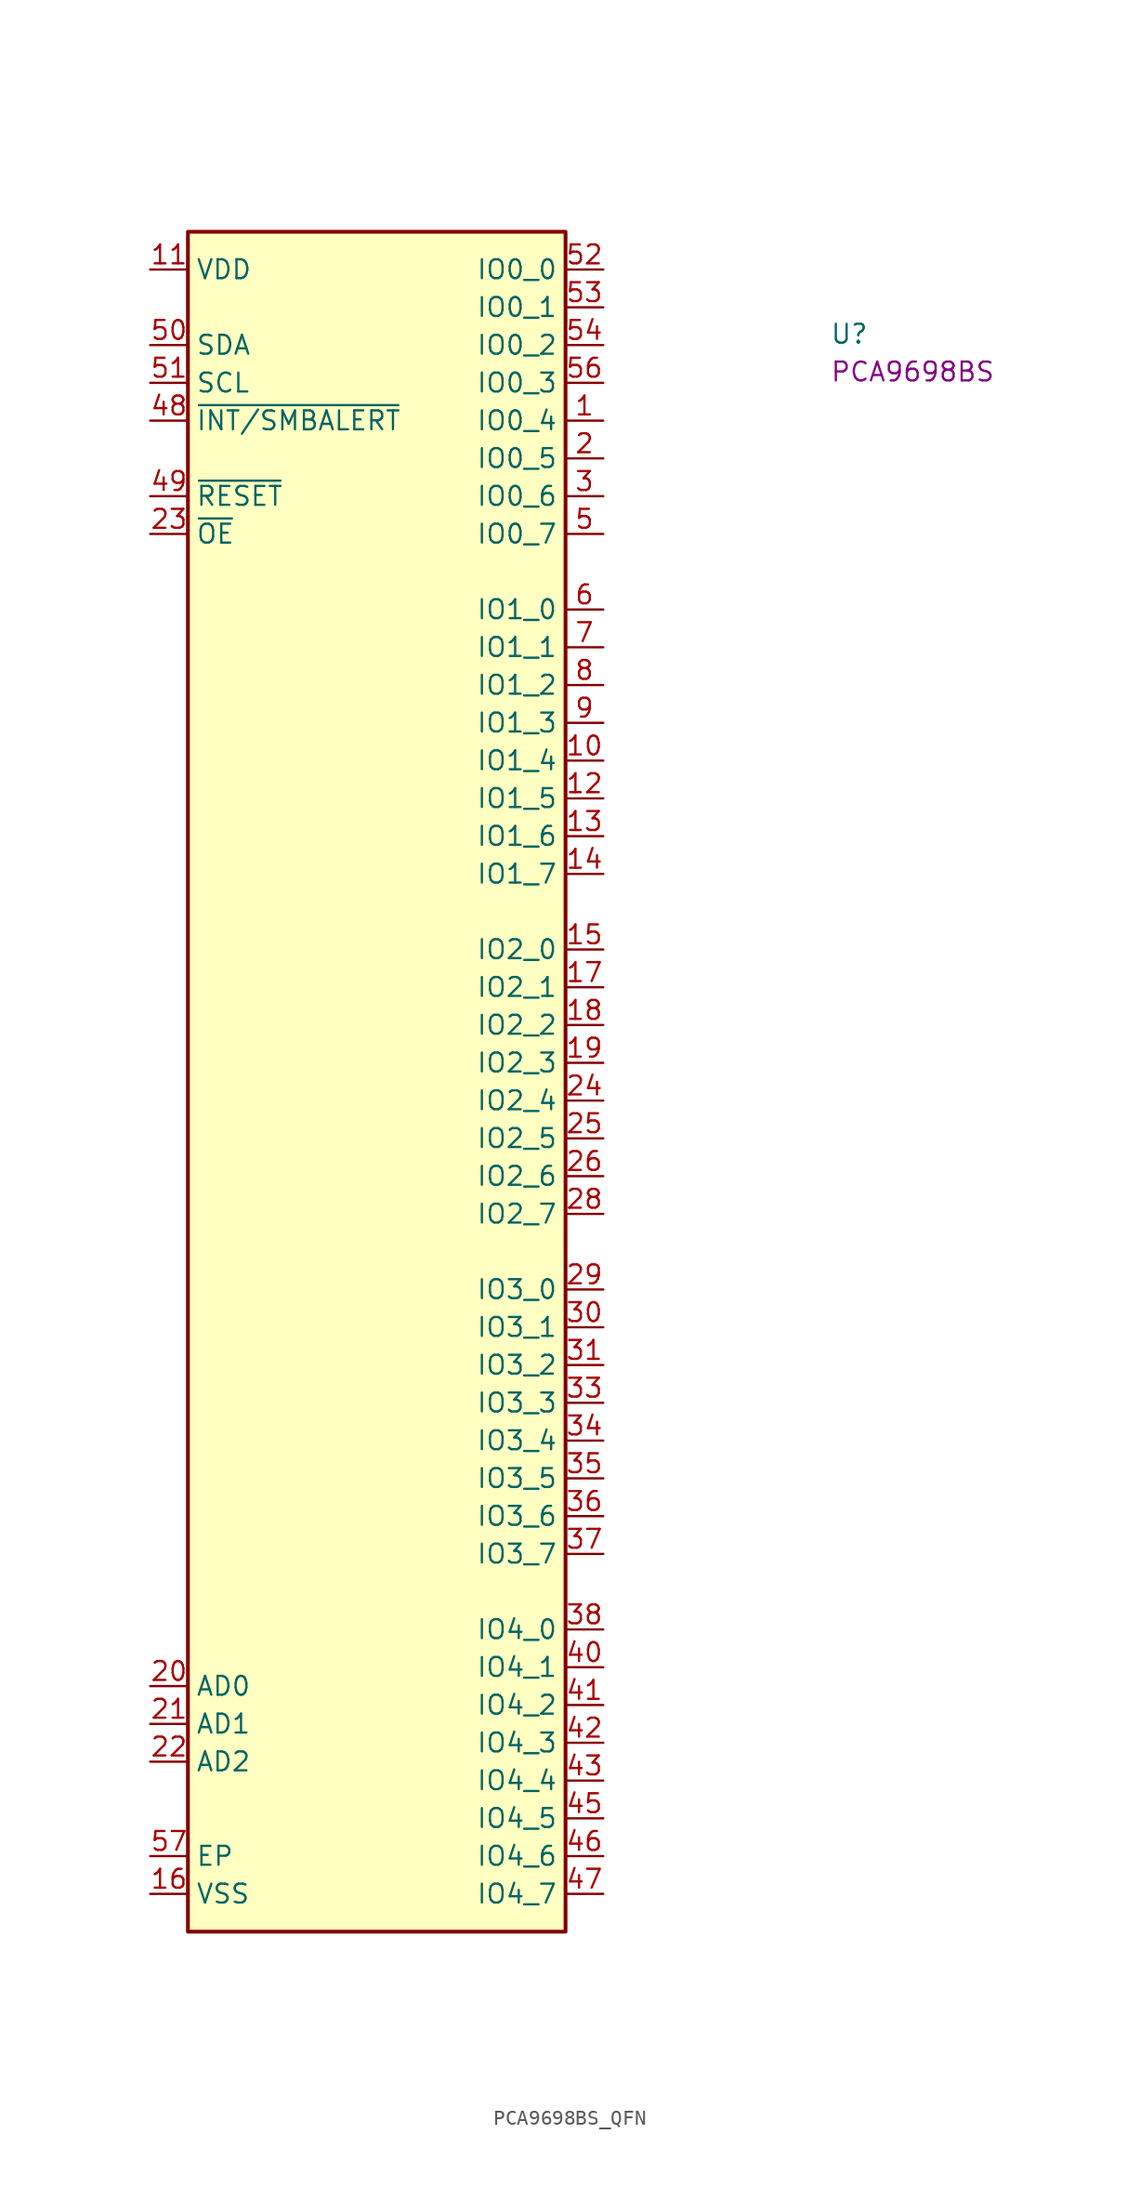
<source format=kicad_sym>
(kicad_symbol_lib
  (version 20220914)
  (generator kicad_symbol_editor)
  (symbol "PCA9698BS_QFN"
    (property "Reference" "U"
      (at 45.72 -5.08 0)
      (effects (font (size 1.27 1.27) (thickness 0.15)) (justify left bottom)))
    (property "MPN" "PCA9698BS"
      (at 45.72 -7.62 0)
      (effects (font (size 1.27 1.27) (thickness 0.15)) (justify left bottom)))
    (symbol "PCA9698BS_QFN_1_1"
      (rectangle (start 2.54 2.54) (end 27.94 -111.76) (stroke (width 0.254) (type default)) (fill (type background)))
      (pin bidirectional line (at 30.48 -10.16 180) (length 2.54) (name "IO0_4" (effects (font (size 1.27 1.27)))) (number "1" (effects (font (size 1.27 1.27)))))
      (pin bidirectional line (at 30.48 -33.02 180) (length 2.54) (name "IO1_4" (effects (font (size 1.27 1.27)))) (number "10" (effects (font (size 1.27 1.27)))))
      (pin power_in line (at 0 0 0) (length 2.54) (name "VDD" (effects (font (size 1.27 1.27)))) (number "11" (effects (font (size 1.27 1.27)))))
      (pin bidirectional line (at 30.48 -35.56 180) (length 2.54) (name "IO1_5" (effects (font (size 1.27 1.27)))) (number "12" (effects (font (size 1.27 1.27)))))
      (pin bidirectional line (at 30.48 -38.1 180) (length 2.54) (name "IO1_6" (effects (font (size 1.27 1.27)))) (number "13" (effects (font (size 1.27 1.27)))))
      (pin bidirectional line (at 30.48 -40.64 180) (length 2.54) (name "IO1_7" (effects (font (size 1.27 1.27)))) (number "14" (effects (font (size 1.27 1.27)))))
      (pin bidirectional line (at 30.48 -45.72 180) (length 2.54) (name "IO2_0" (effects (font (size 1.27 1.27)))) (number "15" (effects (font (size 1.27 1.27)))))
      (pin power_in line (at 0 -109.22 0) (length 2.54) (name "VSS" (effects (font (size 1.27 1.27)))) (number "16" (effects (font (size 1.27 1.27)))))
      (pin bidirectional line (at 30.48 -48.26 180) (length 2.54) (name "IO2_1" (effects (font (size 1.27 1.27)))) (number "17" (effects (font (size 1.27 1.27)))))
      (pin bidirectional line (at 30.48 -50.8 180) (length 2.54) (name "IO2_2" (effects (font (size 1.27 1.27)))) (number "18" (effects (font (size 1.27 1.27)))))
      (pin bidirectional line (at 30.48 -53.34 180) (length 2.54) (name "IO2_3" (effects (font (size 1.27 1.27)))) (number "19" (effects (font (size 1.27 1.27)))))
      (pin bidirectional line (at 30.48 -12.7 180) (length 2.54) (name "IO0_5" (effects (font (size 1.27 1.27)))) (number "2" (effects (font (size 1.27 1.27)))))
      (pin input line (at 0 -95.25 0) (length 2.54) (name "AD0" (effects (font (size 1.27 1.27)))) (number "20" (effects (font (size 1.27 1.27)))))
      (pin input line (at 0 -97.79 0) (length 2.54) (name "AD1" (effects (font (size 1.27 1.27)))) (number "21" (effects (font (size 1.27 1.27)))))
      (pin input line (at 0 -100.33 0) (length 2.54) (name "AD2" (effects (font (size 1.27 1.27)))) (number "22" (effects (font (size 1.27 1.27)))))
      (pin input line (at 0 -17.78 0) (length 2.54) (name "~{OE}" (effects (font (size 1.27 1.27)))) (number "23" (effects (font (size 1.27 1.27)))))
      (pin bidirectional line (at 30.48 -55.88 180) (length 2.54) (name "IO2_4" (effects (font (size 1.27 1.27)))) (number "24" (effects (font (size 1.27 1.27)))))
      (pin bidirectional line (at 30.48 -58.42 180) (length 2.54) (name "IO2_5" (effects (font (size 1.27 1.27)))) (number "25" (effects (font (size 1.27 1.27)))))
      (pin bidirectional line (at 30.48 -60.96 180) (length 2.54) (name "IO2_6" (effects (font (size 1.27 1.27)))) (number "26" (effects (font (size 1.27 1.27)))))
      (pin passive line (at 0 -109.22 0) (length 2.54) hide (name "VSS" (effects (font (size 1.27 1.27)))) (number "27" (effects (font (size 1.27 1.27)))))
      (pin bidirectional line (at 30.48 -63.5 180) (length 2.54) (name "IO2_7" (effects (font (size 1.27 1.27)))) (number "28" (effects (font (size 1.27 1.27)))))
      (pin bidirectional line (at 30.48 -68.58 180) (length 2.54) (name "IO3_0" (effects (font (size 1.27 1.27)))) (number "29" (effects (font (size 1.27 1.27)))))
      (pin bidirectional line (at 30.48 -15.24 180) (length 2.54) (name "IO0_6" (effects (font (size 1.27 1.27)))) (number "3" (effects (font (size 1.27 1.27)))))
      (pin bidirectional line (at 30.48 -71.12 180) (length 2.54) (name "IO3_1" (effects (font (size 1.27 1.27)))) (number "30" (effects (font (size 1.27 1.27)))))
      (pin bidirectional line (at 30.48 -73.66 180) (length 2.54) (name "IO3_2" (effects (font (size 1.27 1.27)))) (number "31" (effects (font (size 1.27 1.27)))))
      (pin passive line (at 0 -109.22 0) (length 2.54) hide (name "VSS" (effects (font (size 1.27 1.27)))) (number "32" (effects (font (size 1.27 1.27)))))
      (pin bidirectional line (at 30.48 -76.2 180) (length 2.54) (name "IO3_3" (effects (font (size 1.27 1.27)))) (number "33" (effects (font (size 1.27 1.27)))))
      (pin bidirectional line (at 30.48 -78.74 180) (length 2.54) (name "IO3_4" (effects (font (size 1.27 1.27)))) (number "34" (effects (font (size 1.27 1.27)))))
      (pin bidirectional line (at 30.48 -81.28 180) (length 2.54) (name "IO3_5" (effects (font (size 1.27 1.27)))) (number "35" (effects (font (size 1.27 1.27)))))
      (pin bidirectional line (at 30.48 -83.82 180) (length 2.54) (name "IO3_6" (effects (font (size 1.27 1.27)))) (number "36" (effects (font (size 1.27 1.27)))))
      (pin bidirectional line (at 30.48 -86.36 180) (length 2.54) (name "IO3_7" (effects (font (size 1.27 1.27)))) (number "37" (effects (font (size 1.27 1.27)))))
      (pin bidirectional line (at 30.48 -91.44 180) (length 2.54) (name "IO4_0" (effects (font (size 1.27 1.27)))) (number "38" (effects (font (size 1.27 1.27)))))
      (pin passive line (at 0 0 0) (length 2.54) hide (name "VDD" (effects (font (size 1.27 1.27)))) (number "39" (effects (font (size 1.27 1.27)))))
      (pin passive line (at 0 -109.22 0) (length 2.54) hide (name "VSS" (effects (font (size 1.27 1.27)))) (number "4" (effects (font (size 1.27 1.27)))))
      (pin bidirectional line (at 30.48 -93.98 180) (length 2.54) (name "IO4_1" (effects (font (size 1.27 1.27)))) (number "40" (effects (font (size 1.27 1.27)))))
      (pin bidirectional line (at 30.48 -96.52 180) (length 2.54) (name "IO4_2" (effects (font (size 1.27 1.27)))) (number "41" (effects (font (size 1.27 1.27)))))
      (pin bidirectional line (at 30.48 -99.06 180) (length 2.54) (name "IO4_3" (effects (font (size 1.27 1.27)))) (number "42" (effects (font (size 1.27 1.27)))))
      (pin bidirectional line (at 30.48 -101.6 180) (length 2.54) (name "IO4_4" (effects (font (size 1.27 1.27)))) (number "43" (effects (font (size 1.27 1.27)))))
      (pin passive line (at 0 -109.22 0) (length 2.54) hide (name "VSS" (effects (font (size 1.27 1.27)))) (number "44" (effects (font (size 1.27 1.27)))))
      (pin bidirectional line (at 30.48 -104.14 180) (length 2.54) (name "IO4_5" (effects (font (size 1.27 1.27)))) (number "45" (effects (font (size 1.27 1.27)))))
      (pin bidirectional line (at 30.48 -106.68 180) (length 2.54) (name "IO4_6" (effects (font (size 1.27 1.27)))) (number "46" (effects (font (size 1.27 1.27)))))
      (pin bidirectional line (at 30.48 -109.22 180) (length 2.54) (name "IO4_7" (effects (font (size 1.27 1.27)))) (number "47" (effects (font (size 1.27 1.27)))))
      (pin output line (at 0 -10.16 0) (length 2.54) (name "~{INT/SMBALERT}" (effects (font (size 1.27 1.27)))) (number "48" (effects (font (size 1.27 1.27)))))
      (pin input line (at 0 -15.24 0) (length 2.54) (name "~{RESET}" (effects (font (size 1.27 1.27)))) (number "49" (effects (font (size 1.27 1.27)))))
      (pin bidirectional line (at 30.48 -17.78 180) (length 2.54) (name "IO0_7" (effects (font (size 1.27 1.27)))) (number "5" (effects (font (size 1.27 1.27)))))
      (pin bidirectional line (at 0 -5.08 0) (length 2.54) (name "SDA" (effects (font (size 1.27 1.27)))) (number "50" (effects (font (size 1.27 1.27)))))
      (pin input line (at 0 -7.62 0) (length 2.54) (name "SCL" (effects (font (size 1.27 1.27)))) (number "51" (effects (font (size 1.27 1.27)))))
      (pin bidirectional line (at 30.48 0 180) (length 2.54) (name "IO0_0" (effects (font (size 1.27 1.27)))) (number "52" (effects (font (size 1.27 1.27)))))
      (pin bidirectional line (at 30.48 -2.54 180) (length 2.54) (name "IO0_1" (effects (font (size 1.27 1.27)))) (number "53" (effects (font (size 1.27 1.27)))))
      (pin bidirectional line (at 30.48 -5.08 180) (length 2.54) (name "IO0_2" (effects (font (size 1.27 1.27)))) (number "54" (effects (font (size 1.27 1.27)))))
      (pin passive line (at 0 -109.22 0) (length 2.54) hide (name "VSS" (effects (font (size 1.27 1.27)))) (number "55" (effects (font (size 1.27 1.27)))))
      (pin bidirectional line (at 30.48 -7.62 180) (length 2.54) (name "IO0_3" (effects (font (size 1.27 1.27)))) (number "56" (effects (font (size 1.27 1.27)))))
      (pin power_in line (at 0 -106.68 0) (length 2.54) (name "EP" (effects (font (size 1.27 1.27)))) (number "57" (effects (font (size 1.27 1.27)))))
      (pin bidirectional line (at 30.48 -22.86 180) (length 2.54) (name "IO1_0" (effects (font (size 1.27 1.27)))) (number "6" (effects (font (size 1.27 1.27)))))
      (pin bidirectional line (at 30.48 -25.4 180) (length 2.54) (name "IO1_1" (effects (font (size 1.27 1.27)))) (number "7" (effects (font (size 1.27 1.27)))))
      (pin bidirectional line (at 30.48 -27.94 180) (length 2.54) (name "IO1_2" (effects (font (size 1.27 1.27)))) (number "8" (effects (font (size 1.27 1.27)))))
      (pin bidirectional line (at 30.48 -30.48 180) (length 2.54) (name "IO1_3" (effects (font (size 1.27 1.27)))) (number "9" (effects (font (size 1.27 1.27))))))))
</source>
